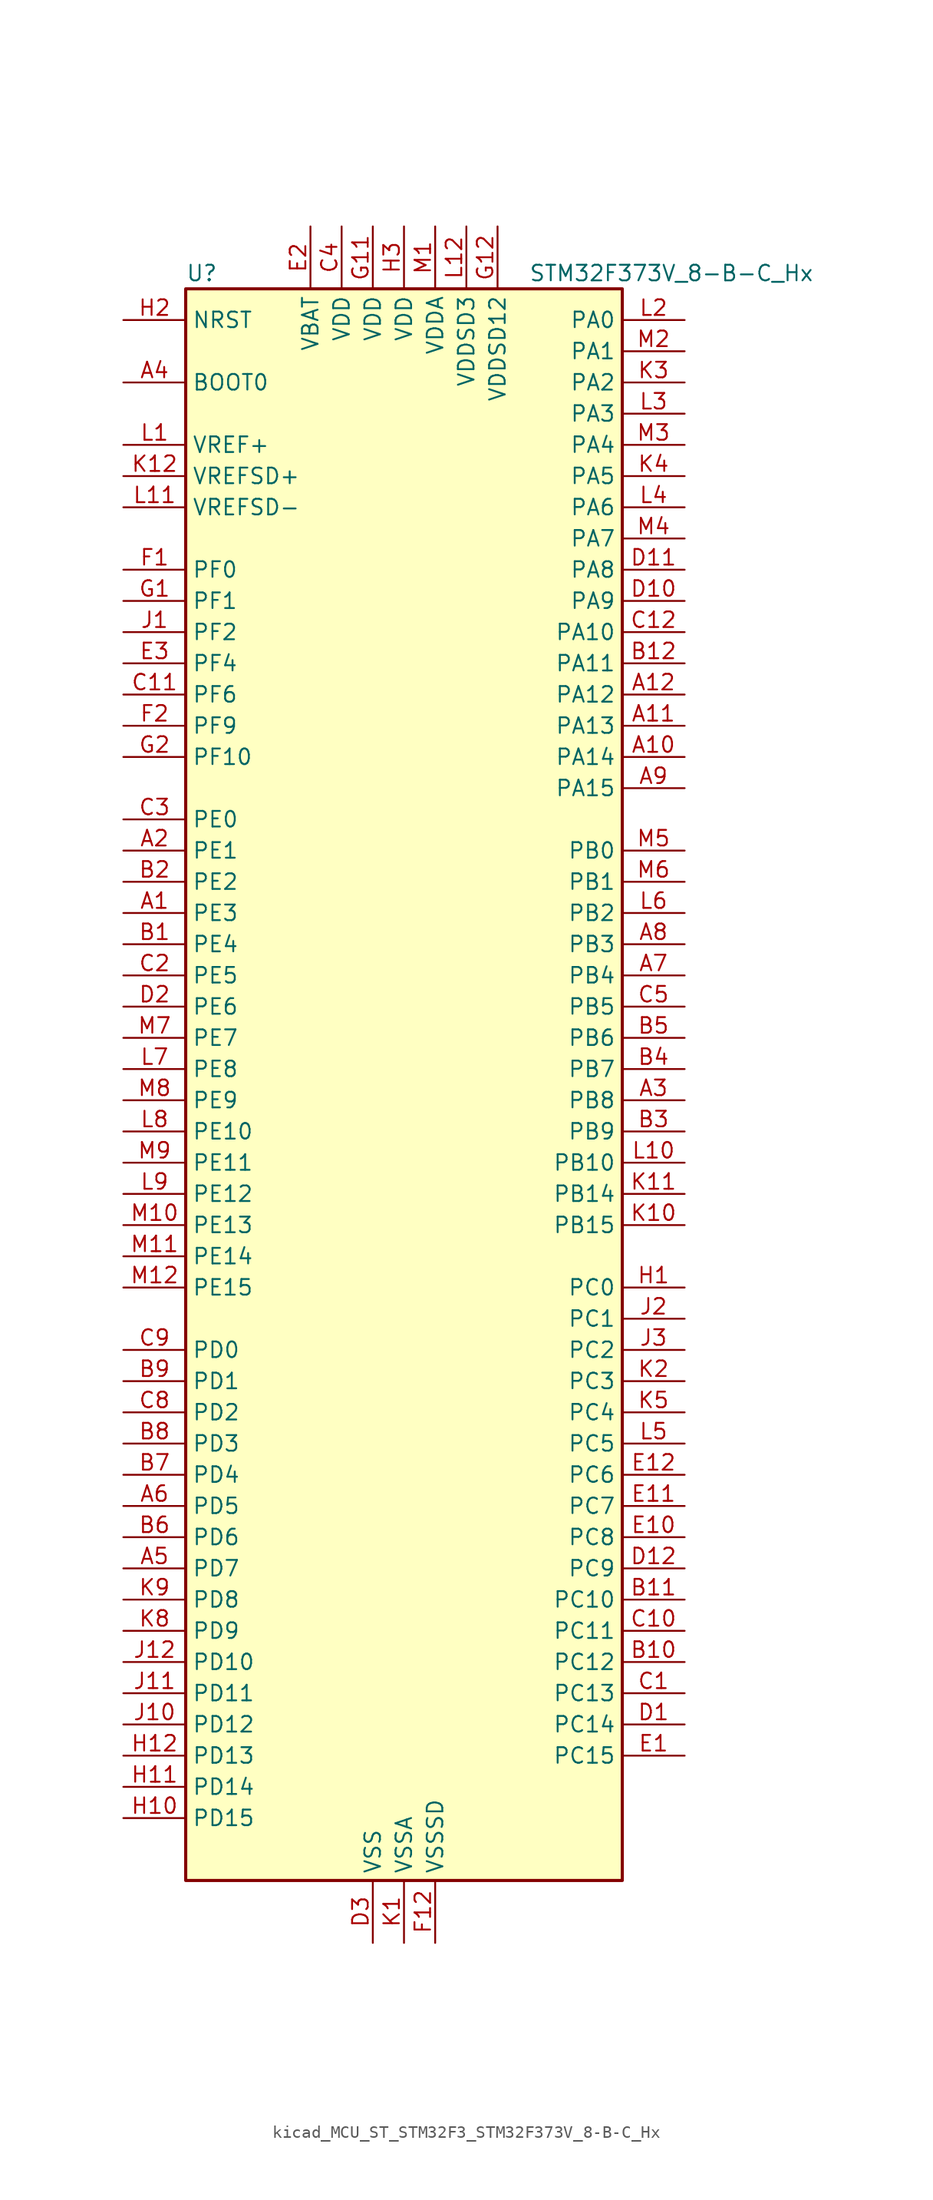
<source format=kicad_sym>
(kicad_symbol_lib
  (version 20220914)
  (generator kicad_symbol_editor)
  (symbol "kicad_MCU_ST_STM32F3_STM32F373V_8-B-C_Hx"
    (property "Reference" "U"
      (at -17.78 67.31 0)
      (effects (font (size 1.27 1.27)) (justify left)))
    (property "Value" "STM32F373V_8-B-C_Hx"
      (at 10.16 67.31 0)
      (effects (font (size 1.27 1.27)) (justify left)))
    (property "ki_locked" ""
      (at 0 0 0)
      (effects (font (size 1.27 1.27))))
    (symbol "kicad_MCU_ST_STM32F3_STM32F373V_8-B-C_Hx_0_1"
      (rectangle (start -17.78 -63.5) (end 17.78 66.04) (stroke (width 0.254) (type default)) (fill (type background))))
    (symbol "kicad_MCU_ST_STM32F3_STM32F373V_8-B-C_Hx_1_1"
      (pin bidirectional line (at -22.86 15.24 0) (length 5.08) (name "PE3" (effects (font (size 1.27 1.27)))) (number "A1" (effects (font (size 1.27 1.27)))) (alternate "SYS_TRACED0" bidirectional line) (alternate "TSC_G7_IO2" bidirectional line))
      (pin bidirectional line (at 22.86 27.94 180) (length 5.08) (name "PA14" (effects (font (size 1.27 1.27)))) (number "A10" (effects (font (size 1.27 1.27)))) (alternate "I2C1_SDA" bidirectional line) (alternate "SYS_JTCK-SWCLK" bidirectional line) (alternate "TIM12_CH1" bidirectional line) (alternate "TSC_G4_IO4" bidirectional line))
      (pin bidirectional line (at 22.86 30.48 180) (length 5.08) (name "PA13" (effects (font (size 1.27 1.27)))) (number "A11" (effects (font (size 1.27 1.27)))) (alternate "I2S1_MCK" bidirectional line) (alternate "IR_OUT" bidirectional line) (alternate "SPI1_MISO" bidirectional line) (alternate "SYS_JTMS-SWDIO" bidirectional line) (alternate "TIM16_CH1N" bidirectional line) (alternate "TIM4_CH3" bidirectional line) (alternate "TIM5_CH4" bidirectional line) (alternate "TSC_G4_IO3" bidirectional line) (alternate "USART3_CTS" bidirectional line))
      (pin bidirectional line (at 22.86 33.02 180) (length 5.08) (name "PA12" (effects (font (size 1.27 1.27)))) (number "A12" (effects (font (size 1.27 1.27)))) (alternate "CAN_TX" bidirectional line) (alternate "COMP2_OUT" bidirectional line) (alternate "I2S1_CK" bidirectional line) (alternate "SPI1_SCK" bidirectional line) (alternate "TIM16_CH1" bidirectional line) (alternate "TIM4_CH2" bidirectional line) (alternate "TIM5_CH3" bidirectional line) (alternate "USART1_DE" bidirectional line) (alternate "USART1_RTS" bidirectional line) (alternate "USB_DP" bidirectional line))
      (pin bidirectional line (at -22.86 20.32 0) (length 5.08) (name "PE1" (effects (font (size 1.27 1.27)))) (number "A2" (effects (font (size 1.27 1.27)))) (alternate "USART1_RX" bidirectional line))
      (pin bidirectional line (at 22.86 0 180) (length 5.08) (name "PB8" (effects (font (size 1.27 1.27)))) (number "A3" (effects (font (size 1.27 1.27)))) (alternate "CAN_RX" bidirectional line) (alternate "CEC" bidirectional line) (alternate "COMP1_OUT" bidirectional line) (alternate "I2C1_SCL" bidirectional line) (alternate "I2S2_CK" bidirectional line) (alternate "SPI2_SCK" bidirectional line) (alternate "TIM16_CH1" bidirectional line) (alternate "TIM19_CH3" bidirectional line) (alternate "TIM4_CH3" bidirectional line) (alternate "TSC_SYNC" bidirectional line) (alternate "USART3_TX" bidirectional line))
      (pin input line (at -22.86 58.42 0) (length 5.08) (name "BOOT0" (effects (font (size 1.27 1.27)))) (number "A4" (effects (font (size 1.27 1.27)))))
      (pin bidirectional line (at -22.86 -38.1 0) (length 5.08) (name "PD7" (effects (font (size 1.27 1.27)))) (number "A5" (effects (font (size 1.27 1.27)))) (alternate "I2S2_CK" bidirectional line) (alternate "SPI2_SCK" bidirectional line) (alternate "USART2_CK" bidirectional line))
      (pin bidirectional line (at -22.86 -33.02 0) (length 5.08) (name "PD5" (effects (font (size 1.27 1.27)))) (number "A6" (effects (font (size 1.27 1.27)))) (alternate "USART2_TX" bidirectional line))
      (pin bidirectional line (at 22.86 10.16 180) (length 5.08) (name "PB4" (effects (font (size 1.27 1.27)))) (number "A7" (effects (font (size 1.27 1.27)))) (alternate "I2S1_MCK" bidirectional line) (alternate "I2S3_MCK" bidirectional line) (alternate "SPI1_MISO" bidirectional line) (alternate "SPI3_MISO" bidirectional line) (alternate "SYS_NJTRST" bidirectional line) (alternate "TIM15_CH1N" bidirectional line) (alternate "TIM16_CH1" bidirectional line) (alternate "TIM17_BKIN" bidirectional line) (alternate "TIM3_CH1" bidirectional line) (alternate "TSC_G5_IO2" bidirectional line) (alternate "USART2_RX" bidirectional line))
      (pin bidirectional line (at 22.86 12.7 180) (length 5.08) (name "PB3" (effects (font (size 1.27 1.27)))) (number "A8" (effects (font (size 1.27 1.27)))) (alternate "I2S1_CK" bidirectional line) (alternate "I2S3_CK" bidirectional line) (alternate "SPI1_SCK" bidirectional line) (alternate "SPI3_SCK" bidirectional line) (alternate "SYS_JTDO-TRACESWO" bidirectional line) (alternate "TIM13_CH1" bidirectional line) (alternate "TIM2_CH2" bidirectional line) (alternate "TIM3_ETR" bidirectional line) (alternate "TIM4_ETR" bidirectional line) (alternate "TSC_G5_IO1" bidirectional line) (alternate "USART2_TX" bidirectional line))
      (pin bidirectional line (at 22.86 25.4 180) (length 5.08) (name "PA15" (effects (font (size 1.27 1.27)))) (number "A9" (effects (font (size 1.27 1.27)))) (alternate "ADC1_EXTI15" bidirectional line) (alternate "I2C1_SCL" bidirectional line) (alternate "I2S1_WS" bidirectional line) (alternate "I2S3_WS" bidirectional line) (alternate "SDADC1_EXTI15" bidirectional line) (alternate "SDADC2_EXTI15" bidirectional line) (alternate "SDADC3_EXTI15" bidirectional line) (alternate "SPI1_NSS" bidirectional line) (alternate "SPI3_NSS" bidirectional line) (alternate "SYS_JTDI" bidirectional line) (alternate "TIM12_CH2" bidirectional line) (alternate "TIM2_CH1" bidirectional line) (alternate "TIM2_ETR" bidirectional line) (alternate "TSC_SYNC" bidirectional line))
      (pin bidirectional line (at -22.86 12.7 0) (length 5.08) (name "PE4" (effects (font (size 1.27 1.27)))) (number "B1" (effects (font (size 1.27 1.27)))) (alternate "SYS_TRACED1" bidirectional line) (alternate "TSC_G7_IO3" bidirectional line))
      (pin bidirectional line (at 22.86 -45.72 180) (length 5.08) (name "PC12" (effects (font (size 1.27 1.27)))) (number "B10" (effects (font (size 1.27 1.27)))) (alternate "I2S3_SD" bidirectional line) (alternate "SPI3_MOSI" bidirectional line) (alternate "TIM19_CH3" bidirectional line) (alternate "USART3_CK" bidirectional line))
      (pin bidirectional line (at 22.86 -40.64 180) (length 5.08) (name "PC10" (effects (font (size 1.27 1.27)))) (number "B11" (effects (font (size 1.27 1.27)))) (alternate "I2S3_CK" bidirectional line) (alternate "SPI3_SCK" bidirectional line) (alternate "TIM19_CH1" bidirectional line) (alternate "USART3_TX" bidirectional line))
      (pin bidirectional line (at 22.86 35.56 180) (length 5.08) (name "PA11" (effects (font (size 1.27 1.27)))) (number "B12" (effects (font (size 1.27 1.27)))) (alternate "ADC1_EXTI11" bidirectional line) (alternate "CAN_RX" bidirectional line) (alternate "COMP1_OUT" bidirectional line) (alternate "I2S1_WS" bidirectional line) (alternate "I2S2_WS" bidirectional line) (alternate "SDADC1_EXTI11" bidirectional line) (alternate "SDADC2_EXTI11" bidirectional line) (alternate "SDADC3_EXTI11" bidirectional line) (alternate "SPI1_NSS" bidirectional line) (alternate "SPI2_NSS" bidirectional line) (alternate "TIM4_CH1" bidirectional line) (alternate "TIM5_CH2" bidirectional line) (alternate "USART1_CTS" bidirectional line) (alternate "USB_DM" bidirectional line))
      (pin bidirectional line (at -22.86 17.78 0) (length 5.08) (name "PE2" (effects (font (size 1.27 1.27)))) (number "B2" (effects (font (size 1.27 1.27)))) (alternate "SYS_TRACECK" bidirectional line) (alternate "TSC_G7_IO1" bidirectional line))
      (pin bidirectional line (at 22.86 -2.54 180) (length 5.08) (name "PB9" (effects (font (size 1.27 1.27)))) (number "B3" (effects (font (size 1.27 1.27)))) (alternate "CAN_TX" bidirectional line) (alternate "COMP2_OUT" bidirectional line) (alternate "DAC1_EXTI9" bidirectional line) (alternate "DAC2_EXTI9" bidirectional line) (alternate "I2C1_SDA" bidirectional line) (alternate "I2S2_WS" bidirectional line) (alternate "IR_OUT" bidirectional line) (alternate "SPI2_NSS" bidirectional line) (alternate "TIM17_CH1" bidirectional line) (alternate "TIM19_CH4" bidirectional line) (alternate "TIM4_CH4" bidirectional line) (alternate "USART3_RX" bidirectional line))
      (pin bidirectional line (at 22.86 2.54 180) (length 5.08) (name "PB7" (effects (font (size 1.27 1.27)))) (number "B4" (effects (font (size 1.27 1.27)))) (alternate "I2C1_SDA" bidirectional line) (alternate "TIM15_CH2" bidirectional line) (alternate "TIM17_CH1N" bidirectional line) (alternate "TIM19_CH2" bidirectional line) (alternate "TIM3_CH4" bidirectional line) (alternate "TIM4_CH2" bidirectional line) (alternate "TSC_G5_IO4" bidirectional line) (alternate "USART1_RX" bidirectional line))
      (pin bidirectional line (at 22.86 5.08 180) (length 5.08) (name "PB6" (effects (font (size 1.27 1.27)))) (number "B5" (effects (font (size 1.27 1.27)))) (alternate "I2C1_SCL" bidirectional line) (alternate "TIM15_CH1" bidirectional line) (alternate "TIM16_CH1N" bidirectional line) (alternate "TIM19_CH1" bidirectional line) (alternate "TIM3_CH3" bidirectional line) (alternate "TIM4_CH1" bidirectional line) (alternate "TSC_G5_IO3" bidirectional line) (alternate "USART1_TX" bidirectional line))
      (pin bidirectional line (at -22.86 -35.56 0) (length 5.08) (name "PD6" (effects (font (size 1.27 1.27)))) (number "B6" (effects (font (size 1.27 1.27)))) (alternate "I2S2_WS" bidirectional line) (alternate "SPI2_NSS" bidirectional line) (alternate "USART2_RX" bidirectional line))
      (pin bidirectional line (at -22.86 -30.48 0) (length 5.08) (name "PD4" (effects (font (size 1.27 1.27)))) (number "B7" (effects (font (size 1.27 1.27)))) (alternate "I2S2_SD" bidirectional line) (alternate "SPI2_MOSI" bidirectional line) (alternate "USART2_DE" bidirectional line) (alternate "USART2_RTS" bidirectional line))
      (pin bidirectional line (at -22.86 -27.94 0) (length 5.08) (name "PD3" (effects (font (size 1.27 1.27)))) (number "B8" (effects (font (size 1.27 1.27)))) (alternate "I2S2_MCK" bidirectional line) (alternate "SPI2_MISO" bidirectional line) (alternate "USART2_CTS" bidirectional line))
      (pin bidirectional line (at -22.86 -22.86 0) (length 5.08) (name "PD1" (effects (font (size 1.27 1.27)))) (number "B9" (effects (font (size 1.27 1.27)))) (alternate "CAN_TX" bidirectional line) (alternate "TIM19_ETR" bidirectional line))
      (pin bidirectional line (at 22.86 -48.26 180) (length 5.08) (name "PC13" (effects (font (size 1.27 1.27)))) (number "C1" (effects (font (size 1.27 1.27)))) (alternate "RTC_OUT_ALARM" bidirectional line) (alternate "RTC_OUT_CALIB" bidirectional line) (alternate "RTC_TAMP1" bidirectional line) (alternate "RTC_TS" bidirectional line) (alternate "SYS_WKUP2" bidirectional line))
      (pin bidirectional line (at 22.86 -43.18 180) (length 5.08) (name "PC11" (effects (font (size 1.27 1.27)))) (number "C10" (effects (font (size 1.27 1.27)))) (alternate "ADC1_EXTI11" bidirectional line) (alternate "I2S3_MCK" bidirectional line) (alternate "SDADC1_EXTI11" bidirectional line) (alternate "SDADC2_EXTI11" bidirectional line) (alternate "SDADC3_EXTI11" bidirectional line) (alternate "SPI3_MISO" bidirectional line) (alternate "TIM19_CH2" bidirectional line) (alternate "USART3_RX" bidirectional line))
      (pin bidirectional line (at -22.86 33.02 0) (length 5.08) (name "PF6" (effects (font (size 1.27 1.27)))) (number "C11" (effects (font (size 1.27 1.27)))) (alternate "I2C2_SCL" bidirectional line) (alternate "I2S1_SD" bidirectional line) (alternate "SPI1_MOSI" bidirectional line) (alternate "TIM4_CH4" bidirectional line) (alternate "USART3_DE" bidirectional line) (alternate "USART3_RTS" bidirectional line))
      (pin bidirectional line (at 22.86 38.1 180) (length 5.08) (name "PA10" (effects (font (size 1.27 1.27)))) (number "C12" (effects (font (size 1.27 1.27)))) (alternate "I2C2_SDA" bidirectional line) (alternate "I2S2_SD" bidirectional line) (alternate "SPI2_MOSI" bidirectional line) (alternate "TIM14_CH1" bidirectional line) (alternate "TIM17_BKIN" bidirectional line) (alternate "TIM2_CH4" bidirectional line) (alternate "TSC_G4_IO2" bidirectional line) (alternate "USART1_RX" bidirectional line))
      (pin bidirectional line (at -22.86 10.16 0) (length 5.08) (name "PE5" (effects (font (size 1.27 1.27)))) (number "C2" (effects (font (size 1.27 1.27)))) (alternate "SYS_TRACED2" bidirectional line) (alternate "TSC_G7_IO4" bidirectional line))
      (pin bidirectional line (at -22.86 22.86 0) (length 5.08) (name "PE0" (effects (font (size 1.27 1.27)))) (number "C3" (effects (font (size 1.27 1.27)))) (alternate "TIM4_ETR" bidirectional line) (alternate "USART1_TX" bidirectional line))
      (pin power_in line (at -5.08 71.12 270) (length 5.08) (name "VDD" (effects (font (size 1.27 1.27)))) (number "C4" (effects (font (size 1.27 1.27)))))
      (pin bidirectional line (at 22.86 7.62 180) (length 5.08) (name "PB5" (effects (font (size 1.27 1.27)))) (number "C5" (effects (font (size 1.27 1.27)))) (alternate "I2C1_SMBA" bidirectional line) (alternate "I2S1_SD" bidirectional line) (alternate "I2S3_SD" bidirectional line) (alternate "SPI1_MOSI" bidirectional line) (alternate "SPI3_MOSI" bidirectional line) (alternate "TIM16_BKIN" bidirectional line) (alternate "TIM17_CH1" bidirectional line) (alternate "TIM19_ETR" bidirectional line) (alternate "TIM3_CH2" bidirectional line) (alternate "USART2_CK" bidirectional line))
      (pin bidirectional line (at -22.86 -25.4 0) (length 5.08) (name "PD2" (effects (font (size 1.27 1.27)))) (number "C8" (effects (font (size 1.27 1.27)))) (alternate "TIM3_ETR" bidirectional line))
      (pin bidirectional line (at -22.86 -20.32 0) (length 5.08) (name "PD0" (effects (font (size 1.27 1.27)))) (number "C9" (effects (font (size 1.27 1.27)))) (alternate "CAN_RX" bidirectional line) (alternate "TIM19_CH4" bidirectional line))
      (pin bidirectional line (at 22.86 -50.8 180) (length 5.08) (name "PC14" (effects (font (size 1.27 1.27)))) (number "D1" (effects (font (size 1.27 1.27)))) (alternate "RCC_OSC32_IN" bidirectional line))
      (pin bidirectional line (at 22.86 40.64 180) (length 5.08) (name "PA9" (effects (font (size 1.27 1.27)))) (number "D10" (effects (font (size 1.27 1.27)))) (alternate "DAC1_EXTI9" bidirectional line) (alternate "DAC2_EXTI9" bidirectional line) (alternate "I2C2_SCL" bidirectional line) (alternate "I2S2_MCK" bidirectional line) (alternate "SPI2_MISO" bidirectional line) (alternate "TIM13_CH1" bidirectional line) (alternate "TIM15_BKIN" bidirectional line) (alternate "TIM2_CH3" bidirectional line) (alternate "TSC_G4_IO1" bidirectional line) (alternate "USART1_TX" bidirectional line))
      (pin bidirectional line (at 22.86 43.18 180) (length 5.08) (name "PA8" (effects (font (size 1.27 1.27)))) (number "D11" (effects (font (size 1.27 1.27)))) (alternate "I2C2_SMBA" bidirectional line) (alternate "I2S2_CK" bidirectional line) (alternate "RCC_MCO" bidirectional line) (alternate "SPI2_SCK" bidirectional line) (alternate "TIM4_ETR" bidirectional line) (alternate "TIM5_CH1" bidirectional line) (alternate "TIM5_ETR" bidirectional line) (alternate "USART1_CK" bidirectional line))
      (pin bidirectional line (at 22.86 -38.1 180) (length 5.08) (name "PC9" (effects (font (size 1.27 1.27)))) (number "D12" (effects (font (size 1.27 1.27)))) (alternate "DAC1_EXTI9" bidirectional line) (alternate "DAC2_EXTI9" bidirectional line) (alternate "I2S1_SD" bidirectional line) (alternate "SPI1_MOSI" bidirectional line) (alternate "TIM3_CH4" bidirectional line))
      (pin bidirectional line (at -22.86 7.62 0) (length 5.08) (name "PE6" (effects (font (size 1.27 1.27)))) (number "D2" (effects (font (size 1.27 1.27)))) (alternate "RTC_TAMP3" bidirectional line) (alternate "SYS_TRACED3" bidirectional line) (alternate "SYS_WKUP3" bidirectional line))
      (pin power_in line (at -2.54 -68.58 90) (length 5.08) (name "VSS" (effects (font (size 1.27 1.27)))) (number "D3" (effects (font (size 1.27 1.27)))))
      (pin bidirectional line (at 22.86 -53.34 180) (length 5.08) (name "PC15" (effects (font (size 1.27 1.27)))) (number "E1" (effects (font (size 1.27 1.27)))) (alternate "ADC1_EXTI15" bidirectional line) (alternate "RCC_OSC32_OUT" bidirectional line) (alternate "SDADC1_EXTI15" bidirectional line) (alternate "SDADC2_EXTI15" bidirectional line) (alternate "SDADC3_EXTI15" bidirectional line))
      (pin bidirectional line (at 22.86 -35.56 180) (length 5.08) (name "PC8" (effects (font (size 1.27 1.27)))) (number "E10" (effects (font (size 1.27 1.27)))) (alternate "I2S1_MCK" bidirectional line) (alternate "SPI1_MISO" bidirectional line) (alternate "TIM3_CH3" bidirectional line))
      (pin bidirectional line (at 22.86 -33.02 180) (length 5.08) (name "PC7" (effects (font (size 1.27 1.27)))) (number "E11" (effects (font (size 1.27 1.27)))) (alternate "I2S1_CK" bidirectional line) (alternate "SPI1_SCK" bidirectional line) (alternate "TIM3_CH2" bidirectional line))
      (pin bidirectional line (at 22.86 -30.48 180) (length 5.08) (name "PC6" (effects (font (size 1.27 1.27)))) (number "E12" (effects (font (size 1.27 1.27)))) (alternate "I2S1_WS" bidirectional line) (alternate "SPI1_NSS" bidirectional line) (alternate "TIM3_CH1" bidirectional line))
      (pin power_in line (at -7.62 71.12 270) (length 5.08) (name "VBAT" (effects (font (size 1.27 1.27)))) (number "E2" (effects (font (size 1.27 1.27)))))
      (pin bidirectional line (at -22.86 35.56 0) (length 5.08) (name "PF4" (effects (font (size 1.27 1.27)))) (number "E3" (effects (font (size 1.27 1.27)))))
      (pin bidirectional line (at -22.86 43.18 0) (length 5.08) (name "PF0" (effects (font (size 1.27 1.27)))) (number "F1" (effects (font (size 1.27 1.27)))) (alternate "I2C2_SDA" bidirectional line) (alternate "RCC_OSC_IN" bidirectional line))
      (pin passive line (at -2.54 -68.58 90) (length 5.08) hide (name "VSS" (effects (font (size 1.27 1.27)))) (number "F11" (effects (font (size 1.27 1.27)))))
      (pin power_in line (at 2.54 -68.58 90) (length 5.08) (name "VSSSD" (effects (font (size 1.27 1.27)))) (number "F12" (effects (font (size 1.27 1.27)))))
      (pin bidirectional line (at -22.86 30.48 0) (length 5.08) (name "PF9" (effects (font (size 1.27 1.27)))) (number "F2" (effects (font (size 1.27 1.27)))) (alternate "DAC1_EXTI9" bidirectional line) (alternate "DAC2_EXTI9" bidirectional line) (alternate "TIM14_CH1" bidirectional line))
      (pin bidirectional line (at -22.86 40.64 0) (length 5.08) (name "PF1" (effects (font (size 1.27 1.27)))) (number "G1" (effects (font (size 1.27 1.27)))) (alternate "I2C2_SCL" bidirectional line) (alternate "RCC_OSC_OUT" bidirectional line))
      (pin power_in line (at -2.54 71.12 270) (length 5.08) (name "VDD" (effects (font (size 1.27 1.27)))) (number "G11" (effects (font (size 1.27 1.27)))))
      (pin power_in line (at 7.62 71.12 270) (length 5.08) (name "VDDSD12" (effects (font (size 1.27 1.27)))) (number "G12" (effects (font (size 1.27 1.27)))))
      (pin bidirectional line (at -22.86 27.94 0) (length 5.08) (name "PF10" (effects (font (size 1.27 1.27)))) (number "G2" (effects (font (size 1.27 1.27)))))
      (pin bidirectional line (at 22.86 -15.24 180) (length 5.08) (name "PC0" (effects (font (size 1.27 1.27)))) (number "H1" (effects (font (size 1.27 1.27)))) (alternate "ADC1_IN10" bidirectional line) (alternate "TIM5_CH1" bidirectional line) (alternate "TIM5_ETR" bidirectional line))
      (pin bidirectional line (at -22.86 -58.42 0) (length 5.08) (name "PD15" (effects (font (size 1.27 1.27)))) (number "H10" (effects (font (size 1.27 1.27)))) (alternate "ADC1_EXTI15" bidirectional line) (alternate "SDADC1_EXTI15" bidirectional line) (alternate "SDADC2_EXTI15" bidirectional line) (alternate "SDADC3_AIN0M" bidirectional line) (alternate "SDADC3_EXTI15" bidirectional line) (alternate "TIM4_CH4" bidirectional line) (alternate "TSC_G8_IO4" bidirectional line))
      (pin bidirectional line (at -22.86 -55.88 0) (length 5.08) (name "PD14" (effects (font (size 1.27 1.27)))) (number "H11" (effects (font (size 1.27 1.27)))) (alternate "SDADC3_AIN0P" bidirectional line) (alternate "TIM4_CH3" bidirectional line) (alternate "TSC_G8_IO3" bidirectional line))
      (pin bidirectional line (at -22.86 -53.34 0) (length 5.08) (name "PD13" (effects (font (size 1.27 1.27)))) (number "H12" (effects (font (size 1.27 1.27)))) (alternate "SDADC3_AIN1P" bidirectional line) (alternate "SDADC3_AIN2M" bidirectional line) (alternate "TIM4_CH2" bidirectional line) (alternate "TSC_G8_IO2" bidirectional line))
      (pin input line (at -22.86 63.5 0) (length 5.08) (name "NRST" (effects (font (size 1.27 1.27)))) (number "H2" (effects (font (size 1.27 1.27)))))
      (pin power_in line (at 0 71.12 270) (length 5.08) (name "VDD" (effects (font (size 1.27 1.27)))) (number "H3" (effects (font (size 1.27 1.27)))))
      (pin bidirectional line (at -22.86 38.1 0) (length 5.08) (name "PF2" (effects (font (size 1.27 1.27)))) (number "J1" (effects (font (size 1.27 1.27)))) (alternate "I2C2_SMBA" bidirectional line))
      (pin bidirectional line (at -22.86 -50.8 0) (length 5.08) (name "PD12" (effects (font (size 1.27 1.27)))) (number "J10" (effects (font (size 1.27 1.27)))) (alternate "SDADC3_AIN2P" bidirectional line) (alternate "TIM4_CH1" bidirectional line) (alternate "TSC_G8_IO1" bidirectional line) (alternate "USART3_DE" bidirectional line) (alternate "USART3_RTS" bidirectional line))
      (pin bidirectional line (at -22.86 -48.26 0) (length 5.08) (name "PD11" (effects (font (size 1.27 1.27)))) (number "J11" (effects (font (size 1.27 1.27)))) (alternate "ADC1_EXTI11" bidirectional line) (alternate "SDADC1_EXTI11" bidirectional line) (alternate "SDADC2_EXTI11" bidirectional line) (alternate "SDADC3_AIN3P" bidirectional line) (alternate "SDADC3_AIN4M" bidirectional line) (alternate "SDADC3_EXTI11" bidirectional line) (alternate "USART3_CTS" bidirectional line))
      (pin bidirectional line (at -22.86 -45.72 0) (length 5.08) (name "PD10" (effects (font (size 1.27 1.27)))) (number "J12" (effects (font (size 1.27 1.27)))) (alternate "SDADC3_AIN4P" bidirectional line) (alternate "USART3_CK" bidirectional line))
      (pin bidirectional line (at 22.86 -17.78 180) (length 5.08) (name "PC1" (effects (font (size 1.27 1.27)))) (number "J2" (effects (font (size 1.27 1.27)))) (alternate "ADC1_IN11" bidirectional line) (alternate "TIM5_CH2" bidirectional line))
      (pin bidirectional line (at 22.86 -20.32 180) (length 5.08) (name "PC2" (effects (font (size 1.27 1.27)))) (number "J3" (effects (font (size 1.27 1.27)))) (alternate "ADC1_IN12" bidirectional line) (alternate "I2S2_MCK" bidirectional line) (alternate "SPI2_MISO" bidirectional line) (alternate "TIM5_CH3" bidirectional line))
      (pin power_in line (at 0 -68.58 90) (length 5.08) (name "VSSA" (effects (font (size 1.27 1.27)))) (number "K1" (effects (font (size 1.27 1.27)))))
      (pin bidirectional line (at 22.86 -10.16 180) (length 5.08) (name "PB15" (effects (font (size 1.27 1.27)))) (number "K10" (effects (font (size 1.27 1.27)))) (alternate "ADC1_EXTI15" bidirectional line) (alternate "I2S2_SD" bidirectional line) (alternate "RTC_REFIN" bidirectional line) (alternate "SDADC1_EXTI15" bidirectional line) (alternate "SDADC2_EXTI15" bidirectional line) (alternate "SDADC3_AIN7P" bidirectional line) (alternate "SDADC3_AIN8M" bidirectional line) (alternate "SDADC3_EXTI15" bidirectional line) (alternate "SPI2_MOSI" bidirectional line) (alternate "TIM12_CH2" bidirectional line) (alternate "TIM15_CH1N" bidirectional line) (alternate "TIM15_CH2" bidirectional line) (alternate "TSC_G6_IO2" bidirectional line))
      (pin bidirectional line (at 22.86 -7.62 180) (length 5.08) (name "PB14" (effects (font (size 1.27 1.27)))) (number "K11" (effects (font (size 1.27 1.27)))) (alternate "I2S2_MCK" bidirectional line) (alternate "SDADC3_AIN8P" bidirectional line) (alternate "SPI2_MISO" bidirectional line) (alternate "TIM12_CH1" bidirectional line) (alternate "TIM15_CH1" bidirectional line) (alternate "TSC_G6_IO1" bidirectional line) (alternate "USART3_DE" bidirectional line) (alternate "USART3_RTS" bidirectional line))
      (pin input line (at -22.86 50.8 0) (length 5.08) (name "VREFSD+" (effects (font (size 1.27 1.27)))) (number "K12" (effects (font (size 1.27 1.27)))))
      (pin bidirectional line (at 22.86 -22.86 180) (length 5.08) (name "PC3" (effects (font (size 1.27 1.27)))) (number "K2" (effects (font (size 1.27 1.27)))) (alternate "ADC1_IN13" bidirectional line) (alternate "I2S2_SD" bidirectional line) (alternate "SPI2_MOSI" bidirectional line) (alternate "TIM5_CH4" bidirectional line))
      (pin bidirectional line (at 22.86 58.42 180) (length 5.08) (name "PA2" (effects (font (size 1.27 1.27)))) (number "K3" (effects (font (size 1.27 1.27)))) (alternate "ADC1_IN2" bidirectional line) (alternate "COMP2_INM" bidirectional line) (alternate "COMP2_OUT" bidirectional line) (alternate "I2S3_MCK" bidirectional line) (alternate "SPI3_MISO" bidirectional line) (alternate "TIM15_CH1" bidirectional line) (alternate "TIM19_CH3" bidirectional line) (alternate "TIM2_CH3" bidirectional line) (alternate "TIM5_CH3" bidirectional line) (alternate "TSC_G1_IO3" bidirectional line) (alternate "USART2_TX" bidirectional line))
      (pin bidirectional line (at 22.86 50.8 180) (length 5.08) (name "PA5" (effects (font (size 1.27 1.27)))) (number "K4" (effects (font (size 1.27 1.27)))) (alternate "ADC1_IN5" bidirectional line) (alternate "CEC" bidirectional line) (alternate "DAC1_OUT2" bidirectional line) (alternate "I2S1_CK" bidirectional line) (alternate "SPI1_SCK" bidirectional line) (alternate "TIM12_CH2" bidirectional line) (alternate "TIM14_CH1" bidirectional line) (alternate "TIM2_CH1" bidirectional line) (alternate "TIM2_ETR" bidirectional line) (alternate "TSC_G2_IO2" bidirectional line))
      (pin bidirectional line (at 22.86 -25.4 180) (length 5.08) (name "PC4" (effects (font (size 1.27 1.27)))) (number "K5" (effects (font (size 1.27 1.27)))) (alternate "ADC1_IN14" bidirectional line) (alternate "TIM13_CH1" bidirectional line) (alternate "TSC_G3_IO1" bidirectional line) (alternate "USART1_TX" bidirectional line))
      (pin bidirectional line (at -22.86 -43.18 0) (length 5.08) (name "PD9" (effects (font (size 1.27 1.27)))) (number "K8" (effects (font (size 1.27 1.27)))) (alternate "DAC1_EXTI9" bidirectional line) (alternate "DAC2_EXTI9" bidirectional line) (alternate "SDADC3_AIN5P" bidirectional line) (alternate "SDADC3_AIN6M" bidirectional line) (alternate "TSC_G6_IO4" bidirectional line) (alternate "USART3_RX" bidirectional line))
      (pin bidirectional line (at -22.86 -40.64 0) (length 5.08) (name "PD8" (effects (font (size 1.27 1.27)))) (number "K9" (effects (font (size 1.27 1.27)))) (alternate "I2S2_CK" bidirectional line) (alternate "SDADC3_AIN6P" bidirectional line) (alternate "SPI2_SCK" bidirectional line) (alternate "TSC_G6_IO3" bidirectional line) (alternate "USART3_TX" bidirectional line))
      (pin input line (at -22.86 53.34 0) (length 5.08) (name "VREF+" (effects (font (size 1.27 1.27)))) (number "L1" (effects (font (size 1.27 1.27)))))
      (pin bidirectional line (at 22.86 -5.08 180) (length 5.08) (name "PB10" (effects (font (size 1.27 1.27)))) (number "L10" (effects (font (size 1.27 1.27)))) (alternate "CEC" bidirectional line) (alternate "I2S2_CK" bidirectional line) (alternate "SDADC2_AIN0M" bidirectional line) (alternate "SPI2_SCK" bidirectional line) (alternate "TIM2_CH3" bidirectional line) (alternate "TSC_SYNC" bidirectional line) (alternate "USART3_TX" bidirectional line))
      (pin input line (at -22.86 48.26 0) (length 5.08) (name "VREFSD-" (effects (font (size 1.27 1.27)))) (number "L11" (effects (font (size 1.27 1.27)))))
      (pin power_in line (at 5.08 71.12 270) (length 5.08) (name "VDDSD3" (effects (font (size 1.27 1.27)))) (number "L12" (effects (font (size 1.27 1.27)))))
      (pin bidirectional line (at 22.86 63.5 180) (length 5.08) (name "PA0" (effects (font (size 1.27 1.27)))) (number "L2" (effects (font (size 1.27 1.27)))) (alternate "ADC1_IN0" bidirectional line) (alternate "COMP1_INM" bidirectional line) (alternate "COMP1_OUT" bidirectional line) (alternate "RTC_TAMP2" bidirectional line) (alternate "SYS_WKUP1" bidirectional line) (alternate "TIM19_CH1" bidirectional line) (alternate "TIM2_CH1" bidirectional line) (alternate "TIM2_ETR" bidirectional line) (alternate "TIM5_CH1" bidirectional line) (alternate "TIM5_ETR" bidirectional line) (alternate "TSC_G1_IO1" bidirectional line) (alternate "USART2_CTS" bidirectional line))
      (pin bidirectional line (at 22.86 55.88 180) (length 5.08) (name "PA3" (effects (font (size 1.27 1.27)))) (number "L3" (effects (font (size 1.27 1.27)))) (alternate "ADC1_IN3" bidirectional line) (alternate "COMP2_INP" bidirectional line) (alternate "I2S3_SD" bidirectional line) (alternate "SPI3_MOSI" bidirectional line) (alternate "TIM15_CH2" bidirectional line) (alternate "TIM19_CH4" bidirectional line) (alternate "TIM2_CH4" bidirectional line) (alternate "TIM5_CH4" bidirectional line) (alternate "TSC_G1_IO4" bidirectional line) (alternate "USART2_RX" bidirectional line))
      (pin bidirectional line (at 22.86 48.26 180) (length 5.08) (name "PA6" (effects (font (size 1.27 1.27)))) (number "L4" (effects (font (size 1.27 1.27)))) (alternate "ADC1_IN6" bidirectional line) (alternate "COMP1_OUT" bidirectional line) (alternate "DAC2_OUT1" bidirectional line) (alternate "I2S1_MCK" bidirectional line) (alternate "SPI1_MISO" bidirectional line) (alternate "TIM13_CH1" bidirectional line) (alternate "TIM16_CH1" bidirectional line) (alternate "TIM3_CH1" bidirectional line) (alternate "TSC_G2_IO3" bidirectional line))
      (pin bidirectional line (at 22.86 -27.94 180) (length 5.08) (name "PC5" (effects (font (size 1.27 1.27)))) (number "L5" (effects (font (size 1.27 1.27)))) (alternate "ADC1_IN15" bidirectional line) (alternate "TSC_G3_IO2" bidirectional line) (alternate "USART1_RX" bidirectional line))
      (pin bidirectional line (at 22.86 15.24 180) (length 5.08) (name "PB2" (effects (font (size 1.27 1.27)))) (number "L6" (effects (font (size 1.27 1.27)))) (alternate "SDADC1_AIN4P" bidirectional line) (alternate "SDADC2_AIN6P" bidirectional line))
      (pin bidirectional line (at -22.86 2.54 0) (length 5.08) (name "PE8" (effects (font (size 1.27 1.27)))) (number "L7" (effects (font (size 1.27 1.27)))) (alternate "SDADC1_AIN8P" bidirectional line) (alternate "SDADC2_AIN8P" bidirectional line))
      (pin bidirectional line (at -22.86 -2.54 0) (length 5.08) (name "PE10" (effects (font (size 1.27 1.27)))) (number "L8" (effects (font (size 1.27 1.27)))) (alternate "SDADC1_AIN2P" bidirectional line))
      (pin bidirectional line (at -22.86 -7.62 0) (length 5.08) (name "PE12" (effects (font (size 1.27 1.27)))) (number "L9" (effects (font (size 1.27 1.27)))) (alternate "SDADC1_AIN0P" bidirectional line) (alternate "SDADC2_AIN3P" bidirectional line) (alternate "SDADC2_AIN4M" bidirectional line))
      (pin power_in line (at 2.54 71.12 270) (length 5.08) (name "VDDA" (effects (font (size 1.27 1.27)))) (number "M1" (effects (font (size 1.27 1.27)))))
      (pin bidirectional line (at -22.86 -10.16 0) (length 5.08) (name "PE13" (effects (font (size 1.27 1.27)))) (number "M10" (effects (font (size 1.27 1.27)))) (alternate "SDADC1_AIN0M" bidirectional line) (alternate "SDADC2_AIN2P" bidirectional line))
      (pin bidirectional line (at -22.86 -12.7 0) (length 5.08) (name "PE14" (effects (font (size 1.27 1.27)))) (number "M11" (effects (font (size 1.27 1.27)))) (alternate "SDADC2_AIN1P" bidirectional line) (alternate "SDADC2_AIN2M" bidirectional line))
      (pin bidirectional line (at -22.86 -15.24 0) (length 5.08) (name "PE15" (effects (font (size 1.27 1.27)))) (number "M12" (effects (font (size 1.27 1.27)))) (alternate "ADC1_EXTI15" bidirectional line) (alternate "SDADC1_EXTI15" bidirectional line) (alternate "SDADC2_AIN0P" bidirectional line) (alternate "SDADC2_EXTI15" bidirectional line) (alternate "SDADC3_EXTI15" bidirectional line) (alternate "USART3_RX" bidirectional line))
      (pin bidirectional line (at 22.86 60.96 180) (length 5.08) (name "PA1" (effects (font (size 1.27 1.27)))) (number "M2" (effects (font (size 1.27 1.27)))) (alternate "ADC1_IN1" bidirectional line) (alternate "COMP1_INP" bidirectional line) (alternate "I2S3_CK" bidirectional line) (alternate "RTC_REFIN" bidirectional line) (alternate "SPI3_SCK" bidirectional line) (alternate "TIM15_CH1N" bidirectional line) (alternate "TIM19_CH2" bidirectional line) (alternate "TIM2_CH2" bidirectional line) (alternate "TIM5_CH2" bidirectional line) (alternate "TSC_G1_IO2" bidirectional line) (alternate "USART2_DE" bidirectional line) (alternate "USART2_RTS" bidirectional line))
      (pin bidirectional line (at 22.86 53.34 180) (length 5.08) (name "PA4" (effects (font (size 1.27 1.27)))) (number "M3" (effects (font (size 1.27 1.27)))) (alternate "ADC1_IN4" bidirectional line) (alternate "DAC1_OUT1" bidirectional line) (alternate "I2S1_WS" bidirectional line) (alternate "I2S3_WS" bidirectional line) (alternate "SPI1_NSS" bidirectional line) (alternate "SPI3_NSS" bidirectional line) (alternate "TIM12_CH1" bidirectional line) (alternate "TIM3_CH2" bidirectional line) (alternate "TSC_G2_IO1" bidirectional line) (alternate "USART2_CK" bidirectional line))
      (pin bidirectional line (at 22.86 45.72 180) (length 5.08) (name "PA7" (effects (font (size 1.27 1.27)))) (number "M4" (effects (font (size 1.27 1.27)))) (alternate "ADC1_IN7" bidirectional line) (alternate "COMP2_OUT" bidirectional line) (alternate "I2S1_SD" bidirectional line) (alternate "SPI1_MOSI" bidirectional line) (alternate "TIM14_CH1" bidirectional line) (alternate "TIM17_CH1" bidirectional line) (alternate "TIM3_CH2" bidirectional line) (alternate "TSC_G2_IO4" bidirectional line))
      (pin bidirectional line (at 22.86 20.32 180) (length 5.08) (name "PB0" (effects (font (size 1.27 1.27)))) (number "M5" (effects (font (size 1.27 1.27)))) (alternate "ADC1_IN8" bidirectional line) (alternate "I2S1_SD" bidirectional line) (alternate "SDADC1_AIN6P" bidirectional line) (alternate "SPI1_MOSI" bidirectional line) (alternate "TIM3_CH2" bidirectional line) (alternate "TIM3_CH3" bidirectional line) (alternate "TSC_G3_IO3" bidirectional line))
      (pin bidirectional line (at 22.86 17.78 180) (length 5.08) (name "PB1" (effects (font (size 1.27 1.27)))) (number "M6" (effects (font (size 1.27 1.27)))) (alternate "ADC1_IN9" bidirectional line) (alternate "SDADC1_AIN5P" bidirectional line) (alternate "SDADC1_AIN6M" bidirectional line) (alternate "TIM3_CH4" bidirectional line) (alternate "TSC_G3_IO4" bidirectional line))
      (pin bidirectional line (at -22.86 5.08 0) (length 5.08) (name "PE7" (effects (font (size 1.27 1.27)))) (number "M7" (effects (font (size 1.27 1.27)))) (alternate "SDADC1_AIN3P" bidirectional line) (alternate "SDADC1_AIN4M" bidirectional line) (alternate "SDADC2_AIN5P" bidirectional line) (alternate "SDADC2_AIN6M" bidirectional line))
      (pin bidirectional line (at -22.86 0 0) (length 5.08) (name "PE9" (effects (font (size 1.27 1.27)))) (number "M8" (effects (font (size 1.27 1.27)))) (alternate "DAC1_EXTI9" bidirectional line) (alternate "DAC2_EXTI9" bidirectional line) (alternate "SDADC1_AIN7P" bidirectional line) (alternate "SDADC1_AIN8M" bidirectional line) (alternate "SDADC2_AIN7P" bidirectional line) (alternate "SDADC2_AIN8M" bidirectional line))
      (pin bidirectional line (at -22.86 -5.08 0) (length 5.08) (name "PE11" (effects (font (size 1.27 1.27)))) (number "M9" (effects (font (size 1.27 1.27)))) (alternate "ADC1_EXTI11" bidirectional line) (alternate "SDADC1_AIN1P" bidirectional line) (alternate "SDADC1_AIN2M" bidirectional line) (alternate "SDADC1_EXTI11" bidirectional line) (alternate "SDADC2_AIN4P" bidirectional line) (alternate "SDADC2_EXTI11" bidirectional line) (alternate "SDADC3_EXTI11" bidirectional line)))))
</source>
